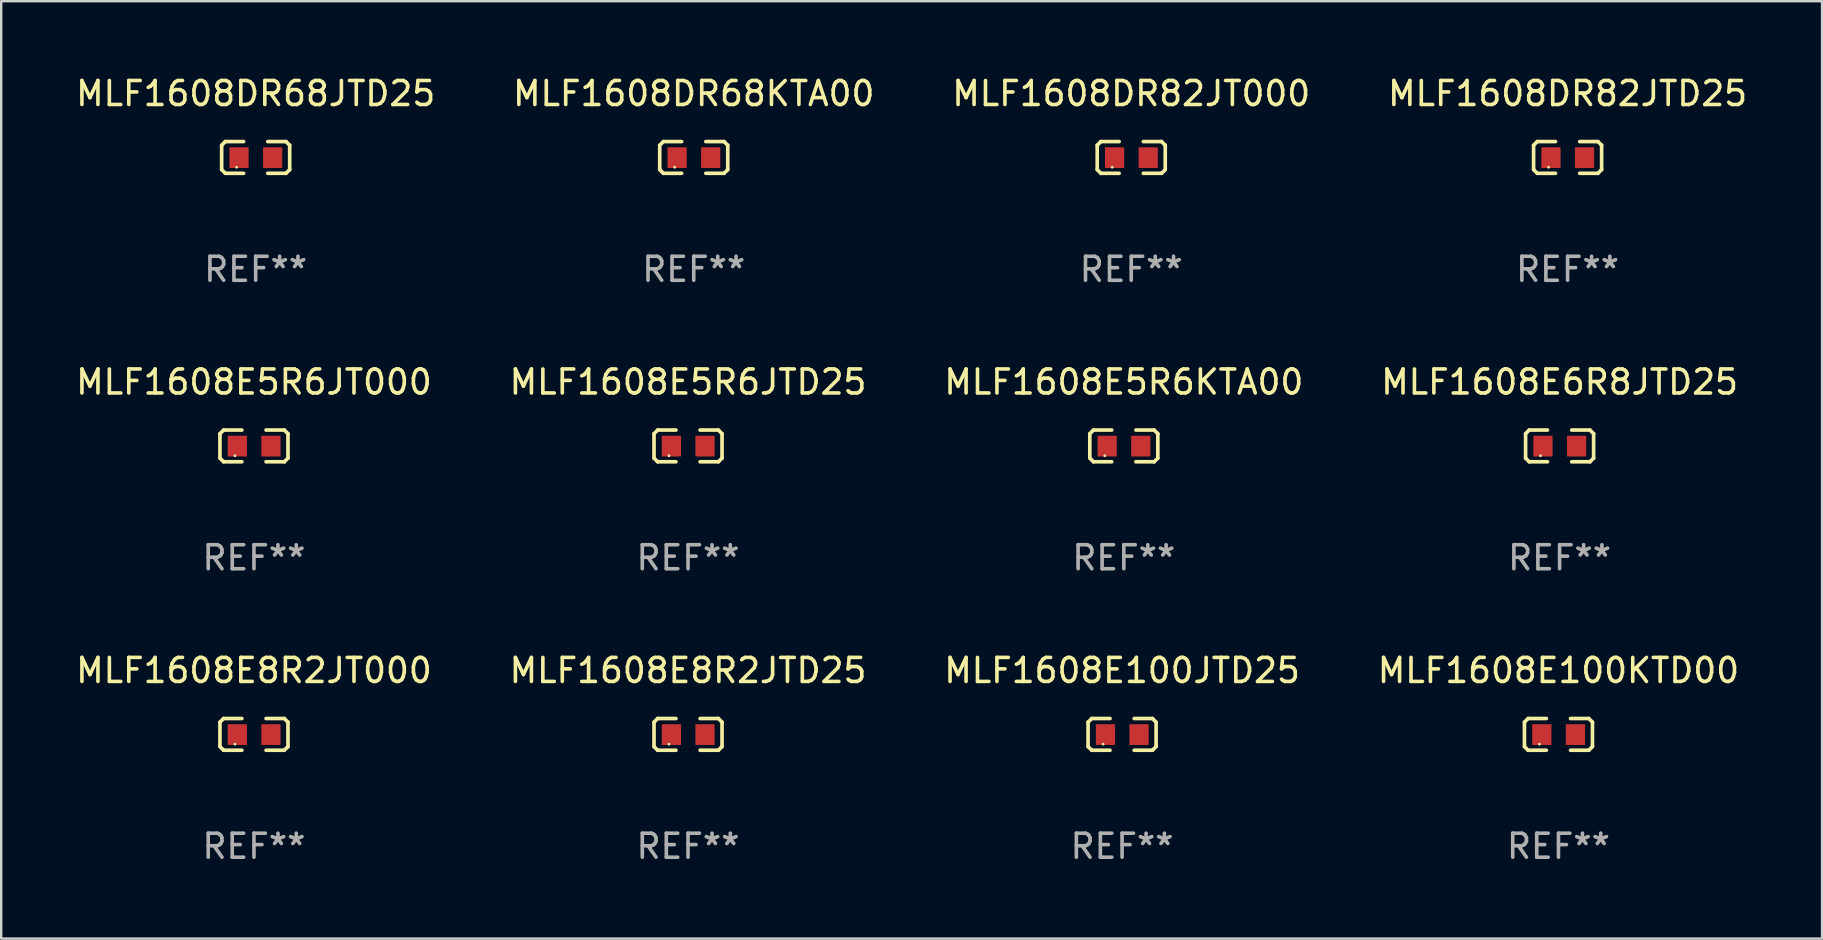
<source format=kicad_pcb>
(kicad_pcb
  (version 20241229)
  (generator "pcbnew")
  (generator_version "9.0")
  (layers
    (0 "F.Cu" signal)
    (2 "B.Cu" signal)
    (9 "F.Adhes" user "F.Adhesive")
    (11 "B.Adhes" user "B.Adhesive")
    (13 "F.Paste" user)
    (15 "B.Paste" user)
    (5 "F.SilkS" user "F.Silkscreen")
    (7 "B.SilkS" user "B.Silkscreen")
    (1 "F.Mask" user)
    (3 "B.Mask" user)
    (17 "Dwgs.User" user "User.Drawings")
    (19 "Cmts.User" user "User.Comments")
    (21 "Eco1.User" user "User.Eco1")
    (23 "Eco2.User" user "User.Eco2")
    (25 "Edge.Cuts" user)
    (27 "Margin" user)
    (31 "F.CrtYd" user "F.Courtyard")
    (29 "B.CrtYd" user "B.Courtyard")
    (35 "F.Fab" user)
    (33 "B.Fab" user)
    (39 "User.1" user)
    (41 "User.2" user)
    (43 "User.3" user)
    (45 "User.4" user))
  (footprint "MLF1608DR82JT000"
    (layer "F.Cu")
    (at 44.077 3.509)
    (property "Reference" "MLF1608DR82JT000" (at 0 -2.661 0) (layer "F.SilkS") (effects (font (size 1 1) (thickness 0.15))))
    (attr through_hole)
    (fp_line (start -1.417 -0.508) (end -1.265 -0.661) (stroke (width 0.152) (type solid)) (layer "F.SilkS"))
    (fp_line (start -1.417 0.508) (end -1.417 -0.508) (stroke (width 0.152) (type solid)) (layer "F.SilkS"))
    (fp_line (start -1.265 -0.661) (end -0.503 -0.661) (stroke (width 0.152) (type solid)) (layer "F.SilkS"))
    (fp_line (start -1.265 0.661) (end -1.417 0.508) (stroke (width 0.152) (type solid)) (layer "F.SilkS"))
    (fp_line (start -1.265 0.661) (end -0.503 0.661) (stroke (width 0.152) (type solid)) (layer "F.SilkS"))
    (fp_line (start 1.265 -0.661) (end 0.503 -0.661) (stroke (width 0.152) (type solid)) (layer "F.SilkS"))
    (fp_line (start 1.265 -0.661) (end 1.417 -0.508) (stroke (width 0.152) (type solid)) (layer "F.SilkS"))
    (fp_line (start 1.265 0.661) (end 0.503 0.661) (stroke (width 0.152) (type solid)) (layer "F.SilkS"))
    (fp_line (start 1.417 -0.508) (end 1.417 0.508) (stroke (width 0.152) (type solid)) (layer "F.SilkS"))
    (fp_line (start 1.417 0.508) (end 1.265 0.661) (stroke (width 0.152) (type solid)) (layer "F.SilkS"))
    (fp_circle (center -0.793 0.409) (end -0.763 0.409) (stroke (width 0.06) (type solid)) (fill no) (layer "F.SilkS"))
    (fp_text user "REF**" (at 0 4.661 0) (layer "F.Fab") (effects (font (size 1 1) (thickness 0.15))))
    (pad "1" smd rect (at -0.693 0.009 180) (size 0.8 0.864) (layers "F.Cu" "F.Mask" "F.Paste"))
    (pad "2" smd rect (at 0.707 0.009 180) (size 0.8 0.864) (layers "F.Cu" "F.Mask" "F.Paste")))
  (footprint "MLF1608DR68KTA00"
    (layer "F.Cu")
    (at 25.851 3.509)
    (property "Reference" "MLF1608DR68KTA00" (at 0 -2.661 0) (layer "F.SilkS") (effects (font (size 1 1) (thickness 0.15))))
    (attr through_hole)
    (fp_line (start -1.417 -0.508) (end -1.265 -0.661) (stroke (width 0.152) (type solid)) (layer "F.SilkS"))
    (fp_line (start -1.417 0.508) (end -1.417 -0.508) (stroke (width 0.152) (type solid)) (layer "F.SilkS"))
    (fp_line (start -1.265 -0.661) (end -0.503 -0.661) (stroke (width 0.152) (type solid)) (layer "F.SilkS"))
    (fp_line (start -1.265 0.661) (end -1.417 0.508) (stroke (width 0.152) (type solid)) (layer "F.SilkS"))
    (fp_line (start -1.265 0.661) (end -0.503 0.661) (stroke (width 0.152) (type solid)) (layer "F.SilkS"))
    (fp_line (start 1.265 -0.661) (end 0.503 -0.661) (stroke (width 0.152) (type solid)) (layer "F.SilkS"))
    (fp_line (start 1.265 -0.661) (end 1.417 -0.508) (stroke (width 0.152) (type solid)) (layer "F.SilkS"))
    (fp_line (start 1.265 0.661) (end 0.503 0.661) (stroke (width 0.152) (type solid)) (layer "F.SilkS"))
    (fp_line (start 1.417 -0.508) (end 1.417 0.508) (stroke (width 0.152) (type solid)) (layer "F.SilkS"))
    (fp_line (start 1.417 0.508) (end 1.265 0.661) (stroke (width 0.152) (type solid)) (layer "F.SilkS"))
    (fp_circle (center -0.793 0.409) (end -0.763 0.409) (stroke (width 0.06) (type solid)) (fill no) (layer "F.SilkS"))
    (fp_text user "REF**" (at 0 4.661 0) (layer "F.Fab") (effects (font (size 1 1) (thickness 0.15))))
    (pad "1" smd rect (at -0.693 0.009 180) (size 0.8 0.864) (layers "F.Cu" "F.Mask" "F.Paste"))
    (pad "2" smd rect (at 0.707 0.009 180) (size 0.8 0.864) (layers "F.Cu" "F.Mask" "F.Paste")))
  (footprint "MLF1608E5R6JT000"
    (layer "F.Cu")
    (at 7.53 15.527)
    (property "Reference" "MLF1608E5R6JT000" (at 0 -2.661 0) (layer "F.SilkS") (effects (font (size 1 1) (thickness 0.15))))
    (attr through_hole)
    (fp_line (start -1.417 -0.508) (end -1.265 -0.661) (stroke (width 0.152) (type solid)) (layer "F.SilkS"))
    (fp_line (start -1.417 0.508) (end -1.417 -0.508) (stroke (width 0.152) (type solid)) (layer "F.SilkS"))
    (fp_line (start -1.265 -0.661) (end -0.503 -0.661) (stroke (width 0.152) (type solid)) (layer "F.SilkS"))
    (fp_line (start -1.265 0.661) (end -1.417 0.508) (stroke (width 0.152) (type solid)) (layer "F.SilkS"))
    (fp_line (start -1.265 0.661) (end -0.503 0.661) (stroke (width 0.152) (type solid)) (layer "F.SilkS"))
    (fp_line (start 1.265 -0.661) (end 0.503 -0.661) (stroke (width 0.152) (type solid)) (layer "F.SilkS"))
    (fp_line (start 1.265 -0.661) (end 1.417 -0.508) (stroke (width 0.152) (type solid)) (layer "F.SilkS"))
    (fp_line (start 1.265 0.661) (end 0.503 0.661) (stroke (width 0.152) (type solid)) (layer "F.SilkS"))
    (fp_line (start 1.417 -0.508) (end 1.417 0.508) (stroke (width 0.152) (type solid)) (layer "F.SilkS"))
    (fp_line (start 1.417 0.508) (end 1.265 0.661) (stroke (width 0.152) (type solid)) (layer "F.SilkS"))
    (fp_circle (center -0.793 0.409) (end -0.763 0.409) (stroke (width 0.06) (type solid)) (fill no) (layer "F.SilkS"))
    (fp_text user "REF**" (at 0 4.661 0) (layer "F.Fab") (effects (font (size 1 1) (thickness 0.15))))
    (pad "1" smd rect (at -0.693 0.009 180) (size 0.8 0.864) (layers "F.Cu" "F.Mask" "F.Paste"))
    (pad "2" smd rect (at 0.707 0.009 180) (size 0.8 0.864) (layers "F.Cu" "F.Mask" "F.Paste")))
  (footprint "MLF1608E100KTD00"
    (layer "F.Cu")
    (at 61.875 27.544)
    (property "Reference" "MLF1608E100KTD00" (at 0 -2.661 0) (layer "F.SilkS") (effects (font (size 1 1) (thickness 0.15))))
    (attr through_hole)
    (fp_line (start -1.417 -0.508) (end -1.265 -0.661) (stroke (width 0.152) (type solid)) (layer "F.SilkS"))
    (fp_line (start -1.417 0.508) (end -1.417 -0.508) (stroke (width 0.152) (type solid)) (layer "F.SilkS"))
    (fp_line (start -1.265 -0.661) (end -0.503 -0.661) (stroke (width 0.152) (type solid)) (layer "F.SilkS"))
    (fp_line (start -1.265 0.661) (end -1.417 0.508) (stroke (width 0.152) (type solid)) (layer "F.SilkS"))
    (fp_line (start -1.265 0.661) (end -0.503 0.661) (stroke (width 0.152) (type solid)) (layer "F.SilkS"))
    (fp_line (start 1.265 -0.661) (end 0.503 -0.661) (stroke (width 0.152) (type solid)) (layer "F.SilkS"))
    (fp_line (start 1.265 -0.661) (end 1.417 -0.508) (stroke (width 0.152) (type solid)) (layer "F.SilkS"))
    (fp_line (start 1.265 0.661) (end 0.503 0.661) (stroke (width 0.152) (type solid)) (layer "F.SilkS"))
    (fp_line (start 1.417 -0.508) (end 1.417 0.508) (stroke (width 0.152) (type solid)) (layer "F.SilkS"))
    (fp_line (start 1.417 0.508) (end 1.265 0.661) (stroke (width 0.152) (type solid)) (layer "F.SilkS"))
    (fp_circle (center -0.793 0.409) (end -0.763 0.409) (stroke (width 0.06) (type solid)) (fill no) (layer "F.SilkS"))
    (fp_text user "REF**" (at 0 4.661 0) (layer "F.Fab") (effects (font (size 1 1) (thickness 0.15))))
    (pad "1" smd rect (at -0.693 0.009 180) (size 0.8 0.864) (layers "F.Cu" "F.Mask" "F.Paste"))
    (pad "2" smd rect (at 0.707 0.009 180) (size 0.8 0.864) (layers "F.Cu" "F.Mask" "F.Paste")))
  (footprint "MLF1608E8R2JT000"
    (layer "F.Cu")
    (at 7.53 27.544)
    (property "Reference" "MLF1608E8R2JT000" (at 0 -2.661 0) (layer "F.SilkS") (effects (font (size 1 1) (thickness 0.15))))
    (attr through_hole)
    (fp_line (start -1.417 -0.508) (end -1.265 -0.661) (stroke (width 0.152) (type solid)) (layer "F.SilkS"))
    (fp_line (start -1.417 0.508) (end -1.417 -0.508) (stroke (width 0.152) (type solid)) (layer "F.SilkS"))
    (fp_line (start -1.265 -0.661) (end -0.503 -0.661) (stroke (width 0.152) (type solid)) (layer "F.SilkS"))
    (fp_line (start -1.265 0.661) (end -1.417 0.508) (stroke (width 0.152) (type solid)) (layer "F.SilkS"))
    (fp_line (start -1.265 0.661) (end -0.503 0.661) (stroke (width 0.152) (type solid)) (layer "F.SilkS"))
    (fp_line (start 1.265 -0.661) (end 0.503 -0.661) (stroke (width 0.152) (type solid)) (layer "F.SilkS"))
    (fp_line (start 1.265 -0.661) (end 1.417 -0.508) (stroke (width 0.152) (type solid)) (layer "F.SilkS"))
    (fp_line (start 1.265 0.661) (end 0.503 0.661) (stroke (width 0.152) (type solid)) (layer "F.SilkS"))
    (fp_line (start 1.417 -0.508) (end 1.417 0.508) (stroke (width 0.152) (type solid)) (layer "F.SilkS"))
    (fp_line (start 1.417 0.508) (end 1.265 0.661) (stroke (width 0.152) (type solid)) (layer "F.SilkS"))
    (fp_circle (center -0.793 0.409) (end -0.763 0.409) (stroke (width 0.06) (type solid)) (fill no) (layer "F.SilkS"))
    (fp_text user "REF**" (at 0 4.661 0) (layer "F.Fab") (effects (font (size 1 1) (thickness 0.15))))
    (pad "1" smd rect (at -0.693 0.009 180) (size 0.8 0.864) (layers "F.Cu" "F.Mask" "F.Paste"))
    (pad "2" smd rect (at 0.707 0.009 180) (size 0.8 0.864) (layers "F.Cu" "F.Mask" "F.Paste")))
  (footprint "MLF1608E5R6KTA00"
    (layer "F.Cu")
    (at 43.768 15.527)
    (property "Reference" "MLF1608E5R6KTA00" (at 0 -2.661 0) (layer "F.SilkS") (effects (font (size 1 1) (thickness 0.15))))
    (attr through_hole)
    (fp_line (start -1.417 -0.508) (end -1.265 -0.661) (stroke (width 0.152) (type solid)) (layer "F.SilkS"))
    (fp_line (start -1.417 0.508) (end -1.417 -0.508) (stroke (width 0.152) (type solid)) (layer "F.SilkS"))
    (fp_line (start -1.265 -0.661) (end -0.503 -0.661) (stroke (width 0.152) (type solid)) (layer "F.SilkS"))
    (fp_line (start -1.265 0.661) (end -1.417 0.508) (stroke (width 0.152) (type solid)) (layer "F.SilkS"))
    (fp_line (start -1.265 0.661) (end -0.503 0.661) (stroke (width 0.152) (type solid)) (layer "F.SilkS"))
    (fp_line (start 1.265 -0.661) (end 0.503 -0.661) (stroke (width 0.152) (type solid)) (layer "F.SilkS"))
    (fp_line (start 1.265 -0.661) (end 1.417 -0.508) (stroke (width 0.152) (type solid)) (layer "F.SilkS"))
    (fp_line (start 1.265 0.661) (end 0.503 0.661) (stroke (width 0.152) (type solid)) (layer "F.SilkS"))
    (fp_line (start 1.417 -0.508) (end 1.417 0.508) (stroke (width 0.152) (type solid)) (layer "F.SilkS"))
    (fp_line (start 1.417 0.508) (end 1.265 0.661) (stroke (width 0.152) (type solid)) (layer "F.SilkS"))
    (fp_circle (center -0.793 0.409) (end -0.763 0.409) (stroke (width 0.06) (type solid)) (fill no) (layer "F.SilkS"))
    (fp_text user "REF**" (at 0 4.661 0) (layer "F.Fab") (effects (font (size 1 1) (thickness 0.15))))
    (pad "1" smd rect (at -0.693 0.009 180) (size 0.8 0.864) (layers "F.Cu" "F.Mask" "F.Paste"))
    (pad "2" smd rect (at 0.707 0.009 180) (size 0.8 0.864) (layers "F.Cu" "F.Mask" "F.Paste")))
  (footprint "MLF1608DR82JTD25"
    (layer "F.Cu")
    (at 62.256 3.509)
    (property "Reference" "MLF1608DR82JTD25" (at 0 -2.661 0) (layer "F.SilkS") (effects (font (size 1 1) (thickness 0.15))))
    (attr through_hole)
    (fp_line (start -1.417 -0.508) (end -1.265 -0.661) (stroke (width 0.152) (type solid)) (layer "F.SilkS"))
    (fp_line (start -1.417 0.508) (end -1.417 -0.508) (stroke (width 0.152) (type solid)) (layer "F.SilkS"))
    (fp_line (start -1.265 -0.661) (end -0.503 -0.661) (stroke (width 0.152) (type solid)) (layer "F.SilkS"))
    (fp_line (start -1.265 0.661) (end -1.417 0.508) (stroke (width 0.152) (type solid)) (layer "F.SilkS"))
    (fp_line (start -1.265 0.661) (end -0.503 0.661) (stroke (width 0.152) (type solid)) (layer "F.SilkS"))
    (fp_line (start 1.265 -0.661) (end 0.503 -0.661) (stroke (width 0.152) (type solid)) (layer "F.SilkS"))
    (fp_line (start 1.265 -0.661) (end 1.417 -0.508) (stroke (width 0.152) (type solid)) (layer "F.SilkS"))
    (fp_line (start 1.265 0.661) (end 0.503 0.661) (stroke (width 0.152) (type solid)) (layer "F.SilkS"))
    (fp_line (start 1.417 -0.508) (end 1.417 0.508) (stroke (width 0.152) (type solid)) (layer "F.SilkS"))
    (fp_line (start 1.417 0.508) (end 1.265 0.661) (stroke (width 0.152) (type solid)) (layer "F.SilkS"))
    (fp_circle (center -0.793 0.409) (end -0.763 0.409) (stroke (width 0.06) (type solid)) (fill no) (layer "F.SilkS"))
    (fp_text user "REF**" (at 0 4.661 0) (layer "F.Fab") (effects (font (size 1 1) (thickness 0.15))))
    (pad "1" smd rect (at -0.693 0.009 180) (size 0.8 0.864) (layers "F.Cu" "F.Mask" "F.Paste"))
    (pad "2" smd rect (at 0.707 0.009 180) (size 0.8 0.864) (layers "F.Cu" "F.Mask" "F.Paste")))
  (footprint "MLF1608DR68JTD25"
    (layer "F.Cu")
    (at 7.601 3.509)
    (property "Reference" "MLF1608DR68JTD25" (at 0 -2.661 0) (layer "F.SilkS") (effects (font (size 1 1) (thickness 0.15))))
    (attr through_hole)
    (fp_line (start -1.417 -0.508) (end -1.265 -0.661) (stroke (width 0.152) (type solid)) (layer "F.SilkS"))
    (fp_line (start -1.417 0.508) (end -1.417 -0.508) (stroke (width 0.152) (type solid)) (layer "F.SilkS"))
    (fp_line (start -1.265 -0.661) (end -0.503 -0.661) (stroke (width 0.152) (type solid)) (layer "F.SilkS"))
    (fp_line (start -1.265 0.661) (end -1.417 0.508) (stroke (width 0.152) (type solid)) (layer "F.SilkS"))
    (fp_line (start -1.265 0.661) (end -0.503 0.661) (stroke (width 0.152) (type solid)) (layer "F.SilkS"))
    (fp_line (start 1.265 -0.661) (end 0.503 -0.661) (stroke (width 0.152) (type solid)) (layer "F.SilkS"))
    (fp_line (start 1.265 -0.661) (end 1.417 -0.508) (stroke (width 0.152) (type solid)) (layer "F.SilkS"))
    (fp_line (start 1.265 0.661) (end 0.503 0.661) (stroke (width 0.152) (type solid)) (layer "F.SilkS"))
    (fp_line (start 1.417 -0.508) (end 1.417 0.508) (stroke (width 0.152) (type solid)) (layer "F.SilkS"))
    (fp_line (start 1.417 0.508) (end 1.265 0.661) (stroke (width 0.152) (type solid)) (layer "F.SilkS"))
    (fp_circle (center -0.793 0.409) (end -0.763 0.409) (stroke (width 0.06) (type solid)) (fill no) (layer "F.SilkS"))
    (fp_text user "REF**" (at 0 4.661 0) (layer "F.Fab") (effects (font (size 1 1) (thickness 0.15))))
    (pad "1" smd rect (at -0.693 0.009 180) (size 0.8 0.864) (layers "F.Cu" "F.Mask" "F.Paste"))
    (pad "2" smd rect (at 0.707 0.009 180) (size 0.8 0.864) (layers "F.Cu" "F.Mask" "F.Paste")))
  (footprint "MLF1608E100JTD25"
    (layer "F.Cu")
    (at 43.696 27.544)
    (property "Reference" "MLF1608E100JTD25" (at 0 -2.661 0) (layer "F.SilkS") (effects (font (size 1 1) (thickness 0.15))))
    (attr through_hole)
    (fp_line (start -1.417 -0.508) (end -1.265 -0.661) (stroke (width 0.152) (type solid)) (layer "F.SilkS"))
    (fp_line (start -1.417 0.508) (end -1.417 -0.508) (stroke (width 0.152) (type solid)) (layer "F.SilkS"))
    (fp_line (start -1.265 -0.661) (end -0.503 -0.661) (stroke (width 0.152) (type solid)) (layer "F.SilkS"))
    (fp_line (start -1.265 0.661) (end -1.417 0.508) (stroke (width 0.152) (type solid)) (layer "F.SilkS"))
    (fp_line (start -1.265 0.661) (end -0.503 0.661) (stroke (width 0.152) (type solid)) (layer "F.SilkS"))
    (fp_line (start 1.265 -0.661) (end 0.503 -0.661) (stroke (width 0.152) (type solid)) (layer "F.SilkS"))
    (fp_line (start 1.265 -0.661) (end 1.417 -0.508) (stroke (width 0.152) (type solid)) (layer "F.SilkS"))
    (fp_line (start 1.265 0.661) (end 0.503 0.661) (stroke (width 0.152) (type solid)) (layer "F.SilkS"))
    (fp_line (start 1.417 -0.508) (end 1.417 0.508) (stroke (width 0.152) (type solid)) (layer "F.SilkS"))
    (fp_line (start 1.417 0.508) (end 1.265 0.661) (stroke (width 0.152) (type solid)) (layer "F.SilkS"))
    (fp_circle (center -0.793 0.409) (end -0.763 0.409) (stroke (width 0.06) (type solid)) (fill no) (layer "F.SilkS"))
    (fp_text user "REF**" (at 0 4.661 0) (layer "F.Fab") (effects (font (size 1 1) (thickness 0.15))))
    (pad "1" smd rect (at -0.693 0.009 180) (size 0.8 0.864) (layers "F.Cu" "F.Mask" "F.Paste"))
    (pad "2" smd rect (at 0.707 0.009 180) (size 0.8 0.864) (layers "F.Cu" "F.Mask" "F.Paste")))
  (footprint "MLF1608E5R6JTD25"
    (layer "F.Cu")
    (at 25.613 15.527)
    (property "Reference" "MLF1608E5R6JTD25" (at 0 -2.661 0) (layer "F.SilkS") (effects (font (size 1 1) (thickness 0.15))))
    (attr through_hole)
    (fp_line (start -1.417 -0.508) (end -1.265 -0.661) (stroke (width 0.152) (type solid)) (layer "F.SilkS"))
    (fp_line (start -1.417 0.508) (end -1.417 -0.508) (stroke (width 0.152) (type solid)) (layer "F.SilkS"))
    (fp_line (start -1.265 -0.661) (end -0.503 -0.661) (stroke (width 0.152) (type solid)) (layer "F.SilkS"))
    (fp_line (start -1.265 0.661) (end -1.417 0.508) (stroke (width 0.152) (type solid)) (layer "F.SilkS"))
    (fp_line (start -1.265 0.661) (end -0.503 0.661) (stroke (width 0.152) (type solid)) (layer "F.SilkS"))
    (fp_line (start 1.265 -0.661) (end 0.503 -0.661) (stroke (width 0.152) (type solid)) (layer "F.SilkS"))
    (fp_line (start 1.265 -0.661) (end 1.417 -0.508) (stroke (width 0.152) (type solid)) (layer "F.SilkS"))
    (fp_line (start 1.265 0.661) (end 0.503 0.661) (stroke (width 0.152) (type solid)) (layer "F.SilkS"))
    (fp_line (start 1.417 -0.508) (end 1.417 0.508) (stroke (width 0.152) (type solid)) (layer "F.SilkS"))
    (fp_line (start 1.417 0.508) (end 1.265 0.661) (stroke (width 0.152) (type solid)) (layer "F.SilkS"))
    (fp_circle (center -0.793 0.409) (end -0.763 0.409) (stroke (width 0.06) (type solid)) (fill no) (layer "F.SilkS"))
    (fp_text user "REF**" (at 0 4.661 0) (layer "F.Fab") (effects (font (size 1 1) (thickness 0.15))))
    (pad "1" smd rect (at -0.693 0.009 180) (size 0.8 0.864) (layers "F.Cu" "F.Mask" "F.Paste"))
    (pad "2" smd rect (at 0.707 0.009 180) (size 0.8 0.864) (layers "F.Cu" "F.Mask" "F.Paste")))
  (footprint "MLF1608E6R8JTD25"
    (layer "F.Cu")
    (at 61.923 15.527)
    (property "Reference" "MLF1608E6R8JTD25" (at 0 -2.661 0) (layer "F.SilkS") (effects (font (size 1 1) (thickness 0.15))))
    (attr through_hole)
    (fp_line (start -1.417 -0.508) (end -1.265 -0.661) (stroke (width 0.152) (type solid)) (layer "F.SilkS"))
    (fp_line (start -1.417 0.508) (end -1.417 -0.508) (stroke (width 0.152) (type solid)) (layer "F.SilkS"))
    (fp_line (start -1.265 -0.661) (end -0.503 -0.661) (stroke (width 0.152) (type solid)) (layer "F.SilkS"))
    (fp_line (start -1.265 0.661) (end -1.417 0.508) (stroke (width 0.152) (type solid)) (layer "F.SilkS"))
    (fp_line (start -1.265 0.661) (end -0.503 0.661) (stroke (width 0.152) (type solid)) (layer "F.SilkS"))
    (fp_line (start 1.265 -0.661) (end 0.503 -0.661) (stroke (width 0.152) (type solid)) (layer "F.SilkS"))
    (fp_line (start 1.265 -0.661) (end 1.417 -0.508) (stroke (width 0.152) (type solid)) (layer "F.SilkS"))
    (fp_line (start 1.265 0.661) (end 0.503 0.661) (stroke (width 0.152) (type solid)) (layer "F.SilkS"))
    (fp_line (start 1.417 -0.508) (end 1.417 0.508) (stroke (width 0.152) (type solid)) (layer "F.SilkS"))
    (fp_line (start 1.417 0.508) (end 1.265 0.661) (stroke (width 0.152) (type solid)) (layer "F.SilkS"))
    (fp_circle (center -0.793 0.409) (end -0.763 0.409) (stroke (width 0.06) (type solid)) (fill no) (layer "F.SilkS"))
    (fp_text user "REF**" (at 0 4.661 0) (layer "F.Fab") (effects (font (size 1 1) (thickness 0.15))))
    (pad "1" smd rect (at -0.693 0.009 180) (size 0.8 0.864) (layers "F.Cu" "F.Mask" "F.Paste"))
    (pad "2" smd rect (at 0.707 0.009 180) (size 0.8 0.864) (layers "F.Cu" "F.Mask" "F.Paste")))
  (footprint "MLF1608E8R2JTD25"
    (layer "F.Cu")
    (at 25.613 27.544)
    (property "Reference" "MLF1608E8R2JTD25" (at 0 -2.661 0) (layer "F.SilkS") (effects (font (size 1 1) (thickness 0.15))))
    (attr through_hole)
    (fp_line (start -1.417 -0.508) (end -1.265 -0.661) (stroke (width 0.152) (type solid)) (layer "F.SilkS"))
    (fp_line (start -1.417 0.508) (end -1.417 -0.508) (stroke (width 0.152) (type solid)) (layer "F.SilkS"))
    (fp_line (start -1.265 -0.661) (end -0.503 -0.661) (stroke (width 0.152) (type solid)) (layer "F.SilkS"))
    (fp_line (start -1.265 0.661) (end -1.417 0.508) (stroke (width 0.152) (type solid)) (layer "F.SilkS"))
    (fp_line (start -1.265 0.661) (end -0.503 0.661) (stroke (width 0.152) (type solid)) (layer "F.SilkS"))
    (fp_line (start 1.265 -0.661) (end 0.503 -0.661) (stroke (width 0.152) (type solid)) (layer "F.SilkS"))
    (fp_line (start 1.265 -0.661) (end 1.417 -0.508) (stroke (width 0.152) (type solid)) (layer "F.SilkS"))
    (fp_line (start 1.265 0.661) (end 0.503 0.661) (stroke (width 0.152) (type solid)) (layer "F.SilkS"))
    (fp_line (start 1.417 -0.508) (end 1.417 0.508) (stroke (width 0.152) (type solid)) (layer "F.SilkS"))
    (fp_line (start 1.417 0.508) (end 1.265 0.661) (stroke (width 0.152) (type solid)) (layer "F.SilkS"))
    (fp_circle (center -0.793 0.409) (end -0.763 0.409) (stroke (width 0.06) (type solid)) (fill no) (layer "F.SilkS"))
    (fp_text user "REF**" (at 0 4.661 0) (layer "F.Fab") (effects (font (size 1 1) (thickness 0.15))))
    (pad "1" smd rect (at -0.693 0.009 180) (size 0.8 0.864) (layers "F.Cu" "F.Mask" "F.Paste"))
    (pad "2" smd rect (at 0.707 0.009 180) (size 0.8 0.864) (layers "F.Cu" "F.Mask" "F.Paste")))
  (gr_rect
    (start -3 -3)
    (end 72.857 36.053)
    (stroke (width 0.1) (type default))
    (fill no)
    (layer "Edge.Cuts")))
</source>
